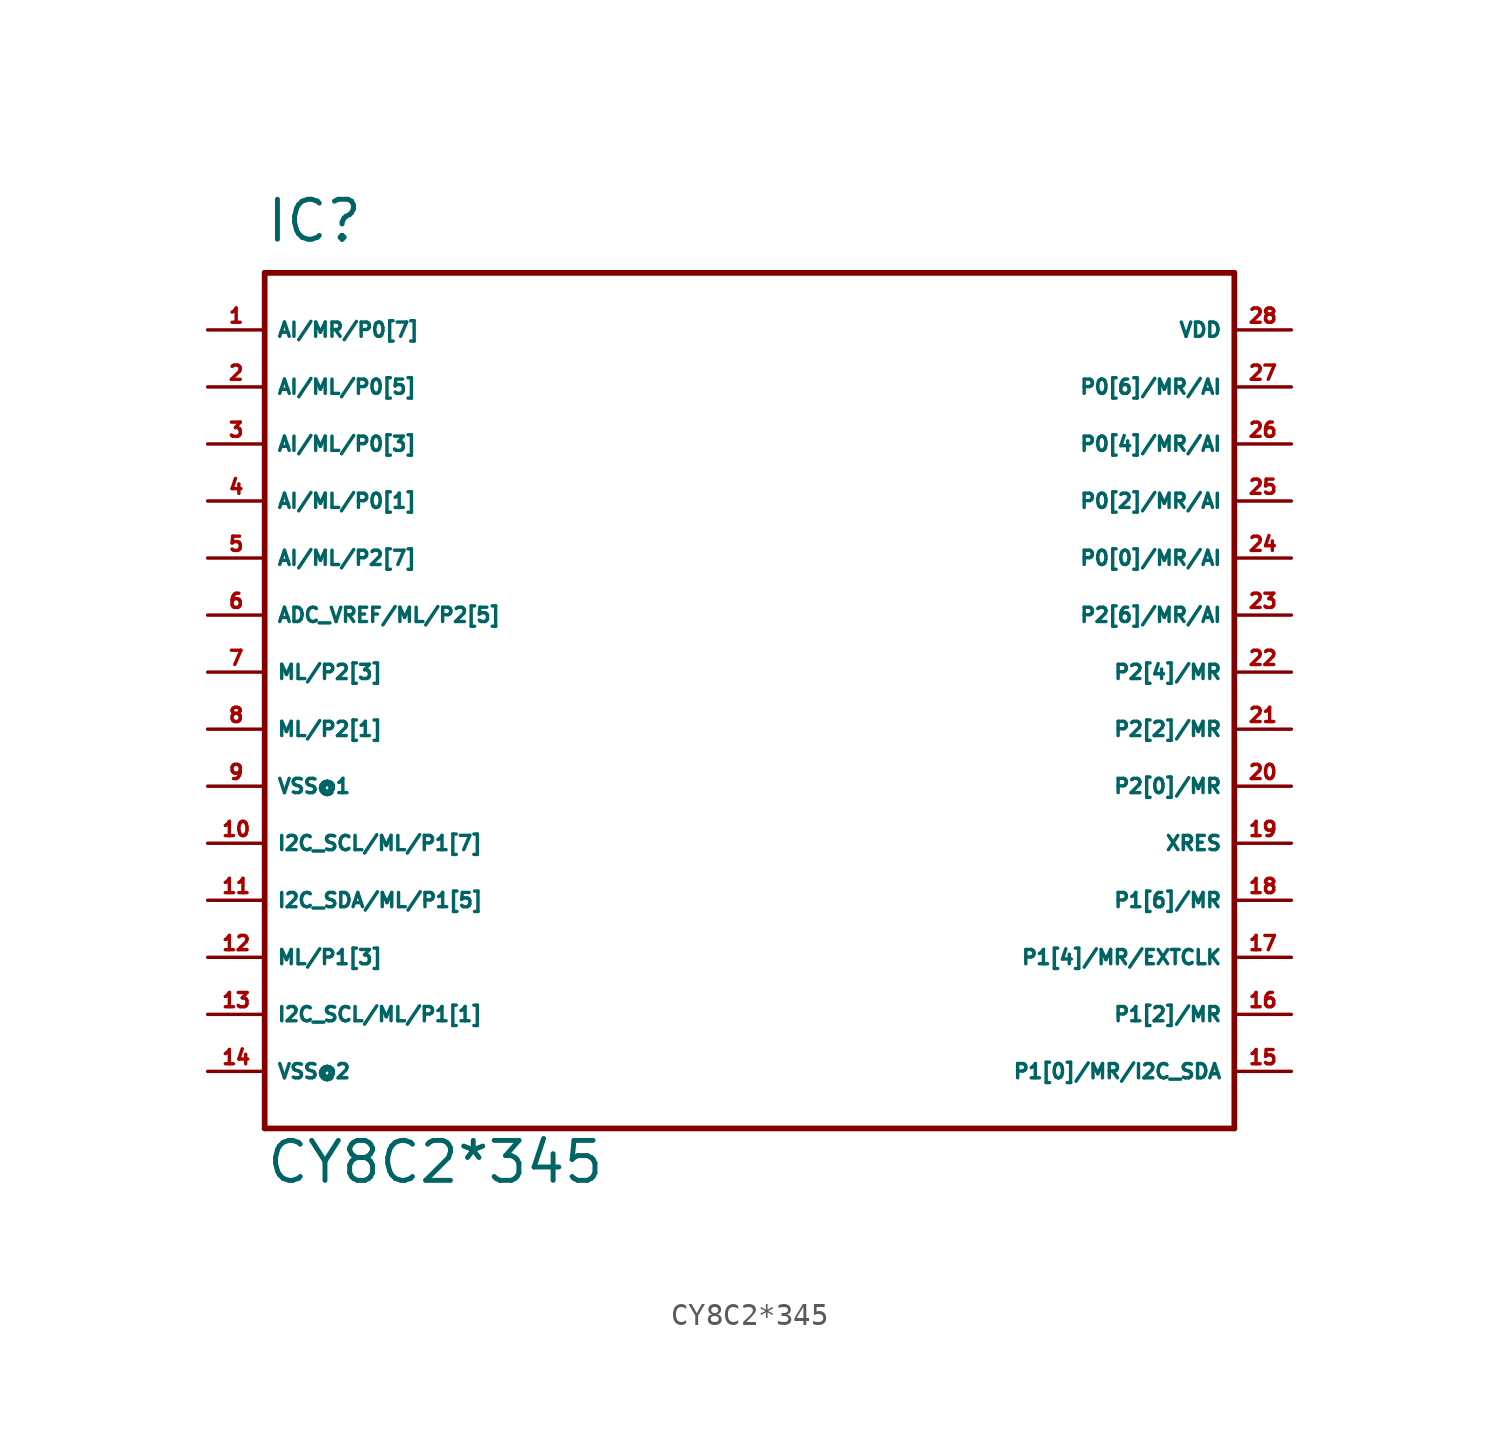
<source format=kicad_sym>
(kicad_symbol_lib
  (version 20220914)
  (generator Eagle2Kicad)
  (symbol "CY8C2*345"
    (property "Reference" "IC"
      (at -22.86 21.59 0)
      (effects (font (size 1.778 1.778) (thickness 0.22)) (justify left bottom)))
    (property "Value" "CY8C2*345"
      (at -22.86 -20.32 0)
      (effects (font (size 1.778 1.778) (thickness 0.22)) (justify left bottom)))
    (polyline
      (pts (xy -22.86 20.32) (xy 20.32 20.32))
      (stroke (width 0.254) (type default))
      (fill (type none)))
    (polyline
      (pts (xy 20.32 20.32) (xy 20.32 -17.78))
      (stroke (width 0.254) (type default))
      (fill (type none)))
    (polyline
      (pts (xy 20.32 -17.78) (xy -22.86 -17.78))
      (stroke (width 0.254) (type default))
      (fill (type none)))
    (polyline
      (pts (xy -22.86 -17.78) (xy -22.86 20.32))
      (stroke (width 0.254) (type default))
      (fill (type none)))
    (pin bidirectional line
      (at -25.4 17.78 0)
      (length 2.54)
      (name "AI/MR/P0[7]" (effects (font (size 0.635 0.635) (thickness 0.08)) (justify left bottom)))
      (number "1" (effects (font (size 0.635 0.635) (thickness 0.08)) (justify left bottom))))
    (pin bidirectional line
      (at -25.4 15.24 0)
      (length 2.54)
      (name "AI/ML/P0[5]" (effects (font (size 0.635 0.635) (thickness 0.08)) (justify left bottom)))
      (number "2" (effects (font (size 0.635 0.635) (thickness 0.08)) (justify left bottom))))
    (pin bidirectional line
      (at -25.4 12.7 0)
      (length 2.54)
      (name "AI/ML/P0[3]" (effects (font (size 0.635 0.635) (thickness 0.08)) (justify left bottom)))
      (number "3" (effects (font (size 0.635 0.635) (thickness 0.08)) (justify left bottom))))
    (pin bidirectional line
      (at -25.4 10.16 0)
      (length 2.54)
      (name "AI/ML/P0[1]" (effects (font (size 0.635 0.635) (thickness 0.08)) (justify left bottom)))
      (number "4" (effects (font (size 0.635 0.635) (thickness 0.08)) (justify left bottom))))
    (pin bidirectional line
      (at 22.86 15.24 180)
      (length 2.54)
      (name "P0[6]/MR/AI" (effects (font (size 0.635 0.635) (thickness 0.08)) (justify left bottom)))
      (number "27" (effects (font (size 0.635 0.635) (thickness 0.08)) (justify left bottom))))
    (pin bidirectional line
      (at 22.86 12.7 180)
      (length 2.54)
      (name "P0[4]/MR/AI" (effects (font (size 0.635 0.635) (thickness 0.08)) (justify left bottom)))
      (number "26" (effects (font (size 0.635 0.635) (thickness 0.08)) (justify left bottom))))
    (pin bidirectional line
      (at 22.86 10.16 180)
      (length 2.54)
      (name "P0[2]/MR/AI" (effects (font (size 0.635 0.635) (thickness 0.08)) (justify left bottom)))
      (number "25" (effects (font (size 0.635 0.635) (thickness 0.08)) (justify left bottom))))
    (pin bidirectional line
      (at 22.86 7.62 180)
      (length 2.54)
      (name "P0[0]/MR/AI" (effects (font (size 0.635 0.635) (thickness 0.08)) (justify left bottom)))
      (number "24" (effects (font (size 0.635 0.635) (thickness 0.08)) (justify left bottom))))
    (pin bidirectional line
      (at -25.4 7.62 0)
      (length 2.54)
      (name "AI/ML/P2[7]" (effects (font (size 0.635 0.635) (thickness 0.08)) (justify left bottom)))
      (number "5" (effects (font (size 0.635 0.635) (thickness 0.08)) (justify left bottom))))
    (pin bidirectional line
      (at -25.4 5.08 0)
      (length 2.54)
      (name "ADC_VREF/ML/P2[5]" (effects (font (size 0.635 0.635) (thickness 0.08)) (justify left bottom)))
      (number "6" (effects (font (size 0.635 0.635) (thickness 0.08)) (justify left bottom))))
    (pin bidirectional line
      (at -25.4 2.54 0)
      (length 2.54)
      (name "ML/P2[3]" (effects (font (size 0.635 0.635) (thickness 0.08)) (justify left bottom)))
      (number "7" (effects (font (size 0.635 0.635) (thickness 0.08)) (justify left bottom))))
    (pin bidirectional line
      (at -25.4 0 0)
      (length 2.54)
      (name "ML/P2[1]" (effects (font (size 0.635 0.635) (thickness 0.08)) (justify left bottom)))
      (number "8" (effects (font (size 0.635 0.635) (thickness 0.08)) (justify left bottom))))
    (pin bidirectional line
      (at 22.86 5.08 180)
      (length 2.54)
      (name "P2[6]/MR/AI" (effects (font (size 0.635 0.635) (thickness 0.08)) (justify left bottom)))
      (number "23" (effects (font (size 0.635 0.635) (thickness 0.08)) (justify left bottom))))
    (pin bidirectional line
      (at 22.86 2.54 180)
      (length 2.54)
      (name "P2[4]/MR" (effects (font (size 0.635 0.635) (thickness 0.08)) (justify left bottom)))
      (number "22" (effects (font (size 0.635 0.635) (thickness 0.08)) (justify left bottom))))
    (pin bidirectional line
      (at 22.86 0 180)
      (length 2.54)
      (name "P2[2]/MR" (effects (font (size 0.635 0.635) (thickness 0.08)) (justify left bottom)))
      (number "21" (effects (font (size 0.635 0.635) (thickness 0.08)) (justify left bottom))))
    (pin bidirectional line
      (at 22.86 -2.54 180)
      (length 2.54)
      (name "P2[0]/MR" (effects (font (size 0.635 0.635) (thickness 0.08)) (justify left bottom)))
      (number "20" (effects (font (size 0.635 0.635) (thickness 0.08)) (justify left bottom))))
    (pin unspecified line
      (at -25.4 -2.54 0)
      (length 2.54)
      (name "VSS@1" (effects (font (size 0.635 0.635) (thickness 0.08)) (justify left bottom)))
      (number "9" (effects (font (size 0.635 0.635) (thickness 0.08)) (justify left bottom))))
    (pin unspecified line
      (at -25.4 -15.24 0)
      (length 2.54)
      (name "VSS@2" (effects (font (size 0.635 0.635) (thickness 0.08)) (justify left bottom)))
      (number "14" (effects (font (size 0.635 0.635) (thickness 0.08)) (justify left bottom))))
    (pin input line
      (at 22.86 -5.08 180)
      (length 2.54)
      (name "XRES" (effects (font (size 0.635 0.635) (thickness 0.08)) (justify left bottom)))
      (number "19" (effects (font (size 0.635 0.635) (thickness 0.08)) (justify left bottom))))
    (pin bidirectional line
      (at -25.4 -5.08 0)
      (length 2.54)
      (name "I2C_SCL/ML/P1[7]" (effects (font (size 0.635 0.635) (thickness 0.08)) (justify left bottom)))
      (number "10" (effects (font (size 0.635 0.635) (thickness 0.08)) (justify left bottom))))
    (pin bidirectional line
      (at -25.4 -7.62 0)
      (length 2.54)
      (name "I2C_SDA/ML/P1[5]" (effects (font (size 0.635 0.635) (thickness 0.08)) (justify left bottom)))
      (number "11" (effects (font (size 0.635 0.635) (thickness 0.08)) (justify left bottom))))
    (pin bidirectional line
      (at -25.4 -10.16 0)
      (length 2.54)
      (name "ML/P1[3]" (effects (font (size 0.635 0.635) (thickness 0.08)) (justify left bottom)))
      (number "12" (effects (font (size 0.635 0.635) (thickness 0.08)) (justify left bottom))))
    (pin bidirectional line
      (at -25.4 -12.7 0)
      (length 2.54)
      (name "I2C_SCL/ML/P1[1]" (effects (font (size 0.635 0.635) (thickness 0.08)) (justify left bottom)))
      (number "13" (effects (font (size 0.635 0.635) (thickness 0.08)) (justify left bottom))))
    (pin bidirectional line
      (at 22.86 -15.24 180)
      (length 2.54)
      (name "P1[0]/MR/I2C_SDA" (effects (font (size 0.635 0.635) (thickness 0.08)) (justify left bottom)))
      (number "15" (effects (font (size 0.635 0.635) (thickness 0.08)) (justify left bottom))))
    (pin bidirectional line
      (at 22.86 -12.7 180)
      (length 2.54)
      (name "P1[2]/MR" (effects (font (size 0.635 0.635) (thickness 0.08)) (justify left bottom)))
      (number "16" (effects (font (size 0.635 0.635) (thickness 0.08)) (justify left bottom))))
    (pin bidirectional line
      (at 22.86 -10.16 180)
      (length 2.54)
      (name "P1[4]/MR/EXTCLK" (effects (font (size 0.635 0.635) (thickness 0.08)) (justify left bottom)))
      (number "17" (effects (font (size 0.635 0.635) (thickness 0.08)) (justify left bottom))))
    (pin bidirectional line
      (at 22.86 -7.62 180)
      (length 2.54)
      (name "P1[6]/MR" (effects (font (size 0.635 0.635) (thickness 0.08)) (justify left bottom)))
      (number "18" (effects (font (size 0.635 0.635) (thickness 0.08)) (justify left bottom))))
    (pin unspecified line
      (at 22.86 17.78 180)
      (length 2.54)
      (name "VDD" (effects (font (size 0.635 0.635) (thickness 0.08)) (justify left bottom)))
      (number "28" (effects (font (size 0.635 0.635) (thickness 0.08)) (justify left bottom))))))
</source>
